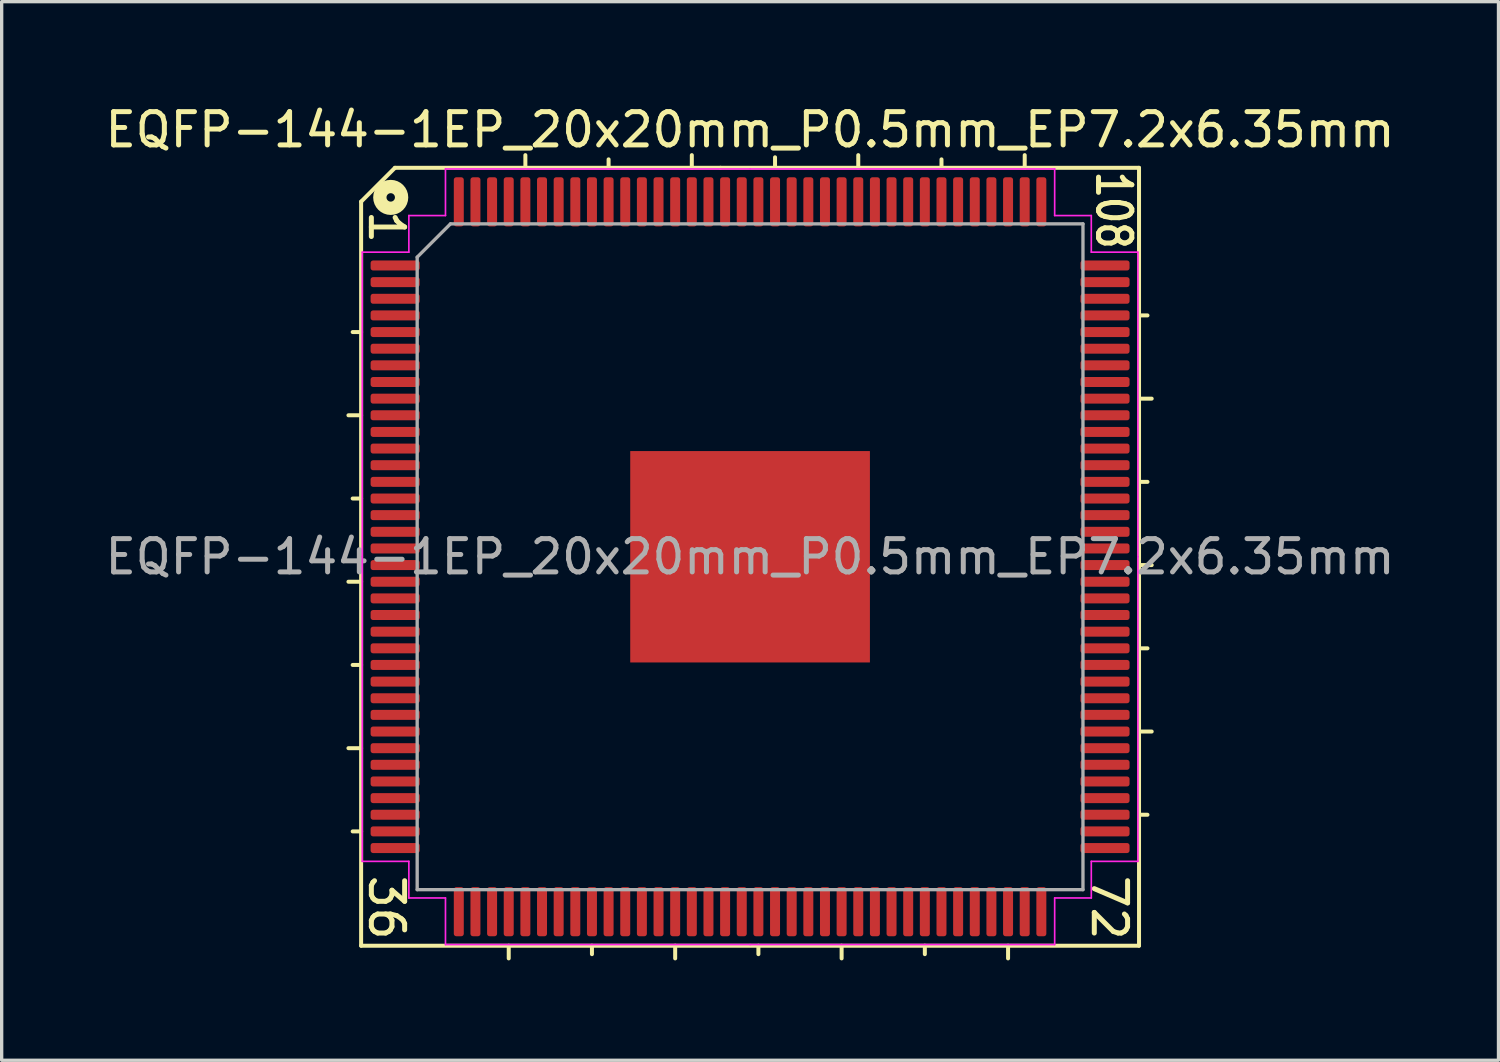
<source format=kicad_pcb>
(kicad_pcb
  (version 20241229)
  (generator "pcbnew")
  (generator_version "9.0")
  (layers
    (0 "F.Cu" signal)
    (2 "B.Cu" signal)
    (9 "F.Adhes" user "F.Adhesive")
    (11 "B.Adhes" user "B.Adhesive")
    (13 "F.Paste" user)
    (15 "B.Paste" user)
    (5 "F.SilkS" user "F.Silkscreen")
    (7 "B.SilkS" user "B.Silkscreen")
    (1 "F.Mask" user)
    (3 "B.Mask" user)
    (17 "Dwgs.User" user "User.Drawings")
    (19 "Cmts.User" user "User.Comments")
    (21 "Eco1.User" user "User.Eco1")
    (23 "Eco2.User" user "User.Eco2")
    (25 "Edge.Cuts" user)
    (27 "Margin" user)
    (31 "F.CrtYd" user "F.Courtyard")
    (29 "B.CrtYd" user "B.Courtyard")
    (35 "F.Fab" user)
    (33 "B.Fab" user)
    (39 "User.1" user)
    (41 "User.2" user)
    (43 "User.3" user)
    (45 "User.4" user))
  (footprint "EQFP-144-1EP_20x20mm_P0.5mm_EP7.2x6.35mm"
    (layer "F.Cu")
    (at 19.482 13.675)
    (property "Reference" "EQFP-144-1EP_20x20mm_P0.5mm_EP7.2x6.35mm" (at 0 -12.827 0) (layer "F.SilkS") (effects (font (size 1 1) (thickness 0.15))))
    (attr smd)
    (fp_line (start -11.684 -10.668) (end -11.684 11.684) (stroke (width 0.12) (type solid)) (layer "F.SilkS"))
    (fp_line (start -11.684 -6.75) (end -11.938 -6.75) (stroke (width 0.12) (type solid)) (layer "F.SilkS"))
    (fp_line (start -11.684 -4.25) (end -12.065 -4.25) (stroke (width 0.12) (type solid)) (layer "F.SilkS"))
    (fp_line (start -11.684 -1.75) (end -11.938 -1.75) (stroke (width 0.12) (type solid)) (layer "F.SilkS"))
    (fp_line (start -11.684 0.75) (end -12.065 0.75) (stroke (width 0.12) (type solid)) (layer "F.SilkS"))
    (fp_line (start -11.684 3.25) (end -11.938 3.25) (stroke (width 0.12) (type solid)) (layer "F.SilkS"))
    (fp_line (start -11.684 5.75) (end -12.065 5.75) (stroke (width 0.12) (type solid)) (layer "F.SilkS"))
    (fp_line (start -11.684 8.25) (end -11.938 8.25) (stroke (width 0.12) (type solid)) (layer "F.SilkS"))
    (fp_line (start -11.684 11.684) (end 11.684 11.684) (stroke (width 0.12) (type solid)) (layer "F.SilkS"))
    (fp_line (start -10.668 -11.684) (end -11.684 -10.668) (stroke (width 0.12) (type solid)) (layer "F.SilkS"))
    (fp_line (start -7.25 11.684) (end -7.25 12.065) (stroke (width 0.12) (type solid)) (layer "F.SilkS"))
    (fp_line (start -6.75 -11.684) (end -6.75 -12.065) (stroke (width 0.12) (type solid)) (layer "F.SilkS"))
    (fp_line (start -4.75 11.684) (end -4.75 11.938) (stroke (width 0.12) (type solid)) (layer "F.SilkS"))
    (fp_line (start -4.25 -11.684) (end -4.25 -11.938) (stroke (width 0.12) (type solid)) (layer "F.SilkS"))
    (fp_line (start -2.25 11.684) (end -2.25 12.065) (stroke (width 0.12) (type solid)) (layer "F.SilkS"))
    (fp_line (start -1.75 -11.684) (end -1.75 -12.065) (stroke (width 0.12) (type solid)) (layer "F.SilkS"))
    (fp_line (start -0.889 -11.684) (end -10.668 -11.684) (stroke (width 0.12) (type solid)) (layer "F.SilkS"))
    (fp_line (start 0.25 11.684) (end 0.25 11.938) (stroke (width 0.12) (type solid)) (layer "F.SilkS"))
    (fp_line (start 0.75 -11.75) (end 0.75 -12) (stroke (width 0.12) (type solid)) (layer "F.SilkS"))
    (fp_line (start 2.75 11.684) (end 2.75 12.065) (stroke (width 0.12) (type solid)) (layer "F.SilkS"))
    (fp_line (start 3.25 -11.684) (end 3.25 -12.065) (stroke (width 0.12) (type solid)) (layer "F.SilkS"))
    (fp_line (start 5.25 11.684) (end 5.25 11.938) (stroke (width 0.12) (type solid)) (layer "F.SilkS"))
    (fp_line (start 5.75 -11.684) (end 5.75 -11.938) (stroke (width 0.12) (type solid)) (layer "F.SilkS"))
    (fp_line (start 7.75 11.684) (end 7.75 12.065) (stroke (width 0.12) (type solid)) (layer "F.SilkS"))
    (fp_line (start 8.25 -11.684) (end 8.25 -12.065) (stroke (width 0.12) (type solid)) (layer "F.SilkS"))
    (fp_line (start 11.684 -11.684) (end -0.889 -11.684) (stroke (width 0.12) (type solid)) (layer "F.SilkS"))
    (fp_line (start 11.684 -7.25) (end 11.938 -7.25) (stroke (width 0.12) (type solid)) (layer "F.SilkS"))
    (fp_line (start 11.684 -4.75) (end 12.065 -4.75) (stroke (width 0.12) (type solid)) (layer "F.SilkS"))
    (fp_line (start 11.684 -2.25) (end 11.938 -2.25) (stroke (width 0.12) (type solid)) (layer "F.SilkS"))
    (fp_line (start 11.684 0.25) (end 12.065 0.25) (stroke (width 0.12) (type solid)) (layer "F.SilkS"))
    (fp_line (start 11.684 2.75) (end 11.938 2.75) (stroke (width 0.12) (type solid)) (layer "F.SilkS"))
    (fp_line (start 11.684 5.25) (end 12.065 5.25) (stroke (width 0.12) (type solid)) (layer "F.SilkS"))
    (fp_line (start 11.684 7.75) (end 11.938 7.75) (stroke (width 0.12) (type solid)) (layer "F.SilkS"))
    (fp_line (start 11.684 11.684) (end 11.684 -11.684) (stroke (width 0.12) (type solid)) (layer "F.SilkS"))
    (fp_circle (center -10.795 -10.795) (end -10.668 -10.795) (stroke (width 0.4) (type solid)) (fill no) (layer "F.SilkS"))
    (fp_line (start -11.65 -9.15) (end -11.65 0) (stroke (width 0.05) (type solid)) (layer "F.CrtYd"))
    (fp_line (start -11.65 9.15) (end -11.65 0) (stroke (width 0.05) (type solid)) (layer "F.CrtYd"))
    (fp_line (start -10.25 -10.25) (end -10.25 -9.15) (stroke (width 0.05) (type solid)) (layer "F.CrtYd"))
    (fp_line (start -10.25 -9.15) (end -11.65 -9.15) (stroke (width 0.05) (type solid)) (layer "F.CrtYd"))
    (fp_line (start -10.25 9.15) (end -11.65 9.15) (stroke (width 0.05) (type solid)) (layer "F.CrtYd"))
    (fp_line (start -10.25 10.25) (end -10.25 9.15) (stroke (width 0.05) (type solid)) (layer "F.CrtYd"))
    (fp_line (start -9.15 -11.65) (end -9.15 -10.25) (stroke (width 0.05) (type solid)) (layer "F.CrtYd"))
    (fp_line (start -9.15 -10.25) (end -10.25 -10.25) (stroke (width 0.05) (type solid)) (layer "F.CrtYd"))
    (fp_line (start -9.15 10.25) (end -10.25 10.25) (stroke (width 0.05) (type solid)) (layer "F.CrtYd"))
    (fp_line (start -9.15 11.65) (end -9.15 10.25) (stroke (width 0.05) (type solid)) (layer "F.CrtYd"))
    (fp_line (start 0 -11.65) (end -9.15 -11.65) (stroke (width 0.05) (type solid)) (layer "F.CrtYd"))
    (fp_line (start 0 -11.65) (end 9.15 -11.65) (stroke (width 0.05) (type solid)) (layer "F.CrtYd"))
    (fp_line (start 0 11.65) (end -9.15 11.65) (stroke (width 0.05) (type solid)) (layer "F.CrtYd"))
    (fp_line (start 0 11.65) (end 9.15 11.65) (stroke (width 0.05) (type solid)) (layer "F.CrtYd"))
    (fp_line (start 9.15 -11.65) (end 9.15 -10.25) (stroke (width 0.05) (type solid)) (layer "F.CrtYd"))
    (fp_line (start 9.15 -10.25) (end 10.25 -10.25) (stroke (width 0.05) (type solid)) (layer "F.CrtYd"))
    (fp_line (start 9.15 10.25) (end 10.25 10.25) (stroke (width 0.05) (type solid)) (layer "F.CrtYd"))
    (fp_line (start 9.15 11.65) (end 9.15 10.25) (stroke (width 0.05) (type solid)) (layer "F.CrtYd"))
    (fp_line (start 10.25 -10.25) (end 10.25 -9.15) (stroke (width 0.05) (type solid)) (layer "F.CrtYd"))
    (fp_line (start 10.25 -9.15) (end 11.65 -9.15) (stroke (width 0.05) (type solid)) (layer "F.CrtYd"))
    (fp_line (start 10.25 9.15) (end 11.65 9.15) (stroke (width 0.05) (type solid)) (layer "F.CrtYd"))
    (fp_line (start 10.25 10.25) (end 10.25 9.15) (stroke (width 0.05) (type solid)) (layer "F.CrtYd"))
    (fp_line (start 11.65 -9.15) (end 11.65 0) (stroke (width 0.05) (type solid)) (layer "F.CrtYd"))
    (fp_line (start 11.65 9.15) (end 11.65 0) (stroke (width 0.05) (type solid)) (layer "F.CrtYd"))
    (fp_line (start -10 -9) (end -9 -10) (stroke (width 0.1) (type solid)) (layer "F.Fab"))
    (fp_line (start -10 10) (end -10 -9) (stroke (width 0.1) (type solid)) (layer "F.Fab"))
    (fp_line (start -9 -10) (end 10 -10) (stroke (width 0.1) (type solid)) (layer "F.Fab"))
    (fp_line (start 10 -10) (end 10 10) (stroke (width 0.1) (type solid)) (layer "F.Fab"))
    (fp_line (start 10 10) (end -10 10) (stroke (width 0.1) (type solid)) (layer "F.Fab"))
    (fp_text user "36" (at -10.922 10.541 270) (unlocked yes) (layer "F.SilkS") (effects (font (size 1 1) (thickness 0.15))))
    (fp_text user "108" (at 10.922 -10.414 270) (unlocked yes) (layer "F.SilkS") (effects (font (size 1 0.8) (thickness 0.15))))
    (fp_text user "1" (at -10.922 -9.906 270) (unlocked yes) (layer "F.SilkS") (effects (font (size 1 1) (thickness 0.15))))
    (fp_text user "72" (at 10.795 10.541 270) (unlocked yes) (layer "F.SilkS") (effects (font (size 1 1) (thickness 0.15))))
    (fp_text user "${REFERENCE}" (at 0 0 0) (layer "F.Fab") (effects (font (size 1 1) (thickness 0.15))))
    (pad "" smd roundrect (at -3 -2.54) (size 0.97 1.02) (layers "F.Paste") (roundrect_rratio 0.25))
    (pad "" smd roundrect (at -3 -1.27) (size 0.97 1.02) (layers "F.Paste") (roundrect_rratio 0.25))
    (pad "" smd roundrect (at -3 0) (size 0.97 1.02) (layers "F.Paste") (roundrect_rratio 0.25))
    (pad "" smd roundrect (at -3 1.27) (size 0.97 1.02) (layers "F.Paste") (roundrect_rratio 0.25))
    (pad "" smd roundrect (at -3 2.54) (size 0.97 1.02) (layers "F.Paste") (roundrect_rratio 0.25))
    (pad "" smd roundrect (at -1.8 -2.54) (size 0.97 1.02) (layers "F.Paste") (roundrect_rratio 0.25))
    (pad "" smd roundrect (at -1.8 -1.27) (size 0.97 1.02) (layers "F.Paste") (roundrect_rratio 0.25))
    (pad "" smd roundrect (at -1.8 0) (size 0.97 1.02) (layers "F.Paste") (roundrect_rratio 0.25))
    (pad "" smd roundrect (at -1.8 1.27) (size 0.97 1.02) (layers "F.Paste") (roundrect_rratio 0.25))
    (pad "" smd roundrect (at -1.8 2.54) (size 0.97 1.02) (layers "F.Paste") (roundrect_rratio 0.25))
    (pad "" smd roundrect (at -0.6 -2.54) (size 0.97 1.02) (layers "F.Paste") (roundrect_rratio 0.25))
    (pad "" smd roundrect (at -0.6 -1.27) (size 0.97 1.02) (layers "F.Paste") (roundrect_rratio 0.25))
    (pad "" smd roundrect (at -0.6 0) (size 0.97 1.02) (layers "F.Paste") (roundrect_rratio 0.25))
    (pad "" smd roundrect (at -0.6 1.27) (size 0.97 1.02) (layers "F.Paste") (roundrect_rratio 0.25))
    (pad "" smd roundrect (at -0.6 2.54) (size 0.97 1.02) (layers "F.Paste") (roundrect_rratio 0.25))
    (pad "" smd roundrect (at 0.6 -2.54) (size 0.97 1.02) (layers "F.Paste") (roundrect_rratio 0.25))
    (pad "" smd roundrect (at 0.6 -1.27) (size 0.97 1.02) (layers "F.Paste") (roundrect_rratio 0.25))
    (pad "" smd roundrect (at 0.6 0) (size 0.97 1.02) (layers "F.Paste") (roundrect_rratio 0.25))
    (pad "" smd roundrect (at 0.6 1.27) (size 0.97 1.02) (layers "F.Paste") (roundrect_rratio 0.25))
    (pad "" smd roundrect (at 0.6 2.54) (size 0.97 1.02) (layers "F.Paste") (roundrect_rratio 0.25))
    (pad "" smd roundrect (at 1.8 -2.54) (size 0.97 1.02) (layers "F.Paste") (roundrect_rratio 0.25))
    (pad "" smd roundrect (at 1.8 -1.27) (size 0.97 1.02) (layers "F.Paste") (roundrect_rratio 0.25))
    (pad "" smd roundrect (at 1.8 0) (size 0.97 1.02) (layers "F.Paste") (roundrect_rratio 0.25))
    (pad "" smd roundrect (at 1.8 1.27) (size 0.97 1.02) (layers "F.Paste") (roundrect_rratio 0.25))
    (pad "" smd roundrect (at 1.8 2.54) (size 0.97 1.02) (layers "F.Paste") (roundrect_rratio 0.25))
    (pad "" smd roundrect (at 3 -2.54) (size 0.97 1.02) (layers "F.Paste") (roundrect_rratio 0.25))
    (pad "" smd roundrect (at 3 -1.27) (size 0.97 1.02) (layers "F.Paste") (roundrect_rratio 0.25))
    (pad "" smd roundrect (at 3 0) (size 0.97 1.02) (layers "F.Paste") (roundrect_rratio 0.25))
    (pad "" smd roundrect (at 3 1.27) (size 0.97 1.02) (layers "F.Paste") (roundrect_rratio 0.25))
    (pad "" smd roundrect (at 3 2.54) (size 0.97 1.02) (layers "F.Paste") (roundrect_rratio 0.25))
    (pad "1" smd roundrect (at -10.662 -8.75) (size 1.475 0.3) (layers "F.Cu" "F.Mask" "F.Paste") (roundrect_rratio 0.25))
    (pad "2" smd roundrect (at -10.662 -8.25) (size 1.475 0.3) (layers "F.Cu" "F.Mask" "F.Paste") (roundrect_rratio 0.25))
    (pad "3" smd roundrect (at -10.662 -7.75) (size 1.475 0.3) (layers "F.Cu" "F.Mask" "F.Paste") (roundrect_rratio 0.25))
    (pad "4" smd roundrect (at -10.662 -7.25) (size 1.475 0.3) (layers "F.Cu" "F.Mask" "F.Paste") (roundrect_rratio 0.25))
    (pad "5" smd roundrect (at -10.662 -6.75) (size 1.475 0.3) (layers "F.Cu" "F.Mask" "F.Paste") (roundrect_rratio 0.25))
    (pad "6" smd roundrect (at -10.662 -6.25) (size 1.475 0.3) (layers "F.Cu" "F.Mask" "F.Paste") (roundrect_rratio 0.25))
    (pad "7" smd roundrect (at -10.662 -5.75) (size 1.475 0.3) (layers "F.Cu" "F.Mask" "F.Paste") (roundrect_rratio 0.25))
    (pad "8" smd roundrect (at -10.662 -5.25) (size 1.475 0.3) (layers "F.Cu" "F.Mask" "F.Paste") (roundrect_rratio 0.25))
    (pad "9" smd roundrect (at -10.662 -4.75) (size 1.475 0.3) (layers "F.Cu" "F.Mask" "F.Paste") (roundrect_rratio 0.25))
    (pad "10" smd roundrect (at -10.662 -4.25) (size 1.475 0.3) (layers "F.Cu" "F.Mask" "F.Paste") (roundrect_rratio 0.25))
    (pad "11" smd roundrect (at -10.662 -3.75) (size 1.475 0.3) (layers "F.Cu" "F.Mask" "F.Paste") (roundrect_rratio 0.25))
    (pad "12" smd roundrect (at -10.662 -3.25) (size 1.475 0.3) (layers "F.Cu" "F.Mask" "F.Paste") (roundrect_rratio 0.25))
    (pad "13" smd roundrect (at -10.662 -2.75) (size 1.475 0.3) (layers "F.Cu" "F.Mask" "F.Paste") (roundrect_rratio 0.25))
    (pad "14" smd roundrect (at -10.662 -2.25) (size 1.475 0.3) (layers "F.Cu" "F.Mask" "F.Paste") (roundrect_rratio 0.25))
    (pad "15" smd roundrect (at -10.662 -1.75) (size 1.475 0.3) (layers "F.Cu" "F.Mask" "F.Paste") (roundrect_rratio 0.25))
    (pad "16" smd roundrect (at -10.662 -1.25) (size 1.475 0.3) (layers "F.Cu" "F.Mask" "F.Paste") (roundrect_rratio 0.25))
    (pad "17" smd roundrect (at -10.662 -0.75) (size 1.475 0.3) (layers "F.Cu" "F.Mask" "F.Paste") (roundrect_rratio 0.25))
    (pad "18" smd roundrect (at -10.662 -0.25) (size 1.475 0.3) (layers "F.Cu" "F.Mask" "F.Paste") (roundrect_rratio 0.25))
    (pad "19" smd roundrect (at -10.662 0.25) (size 1.475 0.3) (layers "F.Cu" "F.Mask" "F.Paste") (roundrect_rratio 0.25))
    (pad "20" smd roundrect (at -10.662 0.75) (size 1.475 0.3) (layers "F.Cu" "F.Mask" "F.Paste") (roundrect_rratio 0.25))
    (pad "21" smd roundrect (at -10.662 1.25) (size 1.475 0.3) (layers "F.Cu" "F.Mask" "F.Paste") (roundrect_rratio 0.25))
    (pad "22" smd roundrect (at -10.662 1.75) (size 1.475 0.3) (layers "F.Cu" "F.Mask" "F.Paste") (roundrect_rratio 0.25))
    (pad "23" smd roundrect (at -10.662 2.25) (size 1.475 0.3) (layers "F.Cu" "F.Mask" "F.Paste") (roundrect_rratio 0.25))
    (pad "24" smd roundrect (at -10.662 2.75) (size 1.475 0.3) (layers "F.Cu" "F.Mask" "F.Paste") (roundrect_rratio 0.25))
    (pad "25" smd roundrect (at -10.662 3.25) (size 1.475 0.3) (layers "F.Cu" "F.Mask" "F.Paste") (roundrect_rratio 0.25))
    (pad "26" smd roundrect (at -10.662 3.75) (size 1.475 0.3) (layers "F.Cu" "F.Mask" "F.Paste") (roundrect_rratio 0.25))
    (pad "27" smd roundrect (at -10.662 4.25) (size 1.475 0.3) (layers "F.Cu" "F.Mask" "F.Paste") (roundrect_rratio 0.25))
    (pad "28" smd roundrect (at -10.662 4.75) (size 1.475 0.3) (layers "F.Cu" "F.Mask" "F.Paste") (roundrect_rratio 0.25))
    (pad "29" smd roundrect (at -10.662 5.25) (size 1.475 0.3) (layers "F.Cu" "F.Mask" "F.Paste") (roundrect_rratio 0.25))
    (pad "30" smd roundrect (at -10.662 5.75) (size 1.475 0.3) (layers "F.Cu" "F.Mask" "F.Paste") (roundrect_rratio 0.25))
    (pad "31" smd roundrect (at -10.662 6.25) (size 1.475 0.3) (layers "F.Cu" "F.Mask" "F.Paste") (roundrect_rratio 0.25))
    (pad "32" smd roundrect (at -10.662 6.75) (size 1.475 0.3) (layers "F.Cu" "F.Mask" "F.Paste") (roundrect_rratio 0.25))
    (pad "33" smd roundrect (at -10.662 7.25) (size 1.475 0.3) (layers "F.Cu" "F.Mask" "F.Paste") (roundrect_rratio 0.25))
    (pad "34" smd roundrect (at -10.662 7.75) (size 1.475 0.3) (layers "F.Cu" "F.Mask" "F.Paste") (roundrect_rratio 0.25))
    (pad "35" smd roundrect (at -10.662 8.25) (size 1.475 0.3) (layers "F.Cu" "F.Mask" "F.Paste") (roundrect_rratio 0.25))
    (pad "36" smd roundrect (at -10.662 8.75) (size 1.475 0.3) (layers "F.Cu" "F.Mask" "F.Paste") (roundrect_rratio 0.25))
    (pad "37" smd roundrect (at -8.75 10.662) (size 0.3 1.475) (layers "F.Cu" "F.Mask" "F.Paste") (roundrect_rratio 0.25))
    (pad "38" smd roundrect (at -8.25 10.662) (size 0.3 1.475) (layers "F.Cu" "F.Mask" "F.Paste") (roundrect_rratio 0.25))
    (pad "39" smd roundrect (at -7.75 10.662) (size 0.3 1.475) (layers "F.Cu" "F.Mask" "F.Paste") (roundrect_rratio 0.25))
    (pad "40" smd roundrect (at -7.25 10.662) (size 0.3 1.475) (layers "F.Cu" "F.Mask" "F.Paste") (roundrect_rratio 0.25))
    (pad "41" smd roundrect (at -6.75 10.662) (size 0.3 1.475) (layers "F.Cu" "F.Mask" "F.Paste") (roundrect_rratio 0.25))
    (pad "42" smd roundrect (at -6.25 10.662) (size 0.3 1.475) (layers "F.Cu" "F.Mask" "F.Paste") (roundrect_rratio 0.25))
    (pad "43" smd roundrect (at -5.75 10.662) (size 0.3 1.475) (layers "F.Cu" "F.Mask" "F.Paste") (roundrect_rratio 0.25))
    (pad "44" smd roundrect (at -5.25 10.662) (size 0.3 1.475) (layers "F.Cu" "F.Mask" "F.Paste") (roundrect_rratio 0.25))
    (pad "45" smd roundrect (at -4.75 10.662) (size 0.3 1.475) (layers "F.Cu" "F.Mask" "F.Paste") (roundrect_rratio 0.25))
    (pad "46" smd roundrect (at -4.25 10.662) (size 0.3 1.475) (layers "F.Cu" "F.Mask" "F.Paste") (roundrect_rratio 0.25))
    (pad "47" smd roundrect (at -3.75 10.662) (size 0.3 1.475) (layers "F.Cu" "F.Mask" "F.Paste") (roundrect_rratio 0.25))
    (pad "48" smd roundrect (at -3.25 10.662) (size 0.3 1.475) (layers "F.Cu" "F.Mask" "F.Paste") (roundrect_rratio 0.25))
    (pad "49" smd roundrect (at -2.75 10.662) (size 0.3 1.475) (layers "F.Cu" "F.Mask" "F.Paste") (roundrect_rratio 0.25))
    (pad "50" smd roundrect (at -2.25 10.662) (size 0.3 1.475) (layers "F.Cu" "F.Mask" "F.Paste") (roundrect_rratio 0.25))
    (pad "51" smd roundrect (at -1.75 10.662) (size 0.3 1.475) (layers "F.Cu" "F.Mask" "F.Paste") (roundrect_rratio 0.25))
    (pad "52" smd roundrect (at -1.25 10.662) (size 0.3 1.475) (layers "F.Cu" "F.Mask" "F.Paste") (roundrect_rratio 0.25))
    (pad "53" smd roundrect (at -0.75 10.662) (size 0.3 1.475) (layers "F.Cu" "F.Mask" "F.Paste") (roundrect_rratio 0.25))
    (pad "54" smd roundrect (at -0.25 10.662) (size 0.3 1.475) (layers "F.Cu" "F.Mask" "F.Paste") (roundrect_rratio 0.25))
    (pad "55" smd roundrect (at 0.25 10.662) (size 0.3 1.475) (layers "F.Cu" "F.Mask" "F.Paste") (roundrect_rratio 0.25))
    (pad "56" smd roundrect (at 0.75 10.662) (size 0.3 1.475) (layers "F.Cu" "F.Mask" "F.Paste") (roundrect_rratio 0.25))
    (pad "57" smd roundrect (at 1.25 10.662) (size 0.3 1.475) (layers "F.Cu" "F.Mask" "F.Paste") (roundrect_rratio 0.25))
    (pad "58" smd roundrect (at 1.75 10.662) (size 0.3 1.475) (layers "F.Cu" "F.Mask" "F.Paste") (roundrect_rratio 0.25))
    (pad "59" smd roundrect (at 2.25 10.662) (size 0.3 1.475) (layers "F.Cu" "F.Mask" "F.Paste") (roundrect_rratio 0.25))
    (pad "60" smd roundrect (at 2.75 10.662) (size 0.3 1.475) (layers "F.Cu" "F.Mask" "F.Paste") (roundrect_rratio 0.25))
    (pad "61" smd roundrect (at 3.25 10.662) (size 0.3 1.475) (layers "F.Cu" "F.Mask" "F.Paste") (roundrect_rratio 0.25))
    (pad "62" smd roundrect (at 3.75 10.662) (size 0.3 1.475) (layers "F.Cu" "F.Mask" "F.Paste") (roundrect_rratio 0.25))
    (pad "63" smd roundrect (at 4.25 10.662) (size 0.3 1.475) (layers "F.Cu" "F.Mask" "F.Paste") (roundrect_rratio 0.25))
    (pad "64" smd roundrect (at 4.75 10.662) (size 0.3 1.475) (layers "F.Cu" "F.Mask" "F.Paste") (roundrect_rratio 0.25))
    (pad "65" smd roundrect (at 5.25 10.662) (size 0.3 1.475) (layers "F.Cu" "F.Mask" "F.Paste") (roundrect_rratio 0.25))
    (pad "66" smd roundrect (at 5.75 10.662) (size 0.3 1.475) (layers "F.Cu" "F.Mask" "F.Paste") (roundrect_rratio 0.25))
    (pad "67" smd roundrect (at 6.25 10.662) (size 0.3 1.475) (layers "F.Cu" "F.Mask" "F.Paste") (roundrect_rratio 0.25))
    (pad "68" smd roundrect (at 6.75 10.662) (size 0.3 1.475) (layers "F.Cu" "F.Mask" "F.Paste") (roundrect_rratio 0.25))
    (pad "69" smd roundrect (at 7.25 10.662) (size 0.3 1.475) (layers "F.Cu" "F.Mask" "F.Paste") (roundrect_rratio 0.25))
    (pad "70" smd roundrect (at 7.75 10.662) (size 0.3 1.475) (layers "F.Cu" "F.Mask" "F.Paste") (roundrect_rratio 0.25))
    (pad "71" smd roundrect (at 8.25 10.662) (size 0.3 1.475) (layers "F.Cu" "F.Mask" "F.Paste") (roundrect_rratio 0.25))
    (pad "72" smd roundrect (at 8.75 10.662) (size 0.3 1.475) (layers "F.Cu" "F.Mask" "F.Paste") (roundrect_rratio 0.25))
    (pad "73" smd roundrect (at 10.662 8.75) (size 1.475 0.3) (layers "F.Cu" "F.Mask" "F.Paste") (roundrect_rratio 0.25))
    (pad "74" smd roundrect (at 10.662 8.25) (size 1.475 0.3) (layers "F.Cu" "F.Mask" "F.Paste") (roundrect_rratio 0.25))
    (pad "75" smd roundrect (at 10.662 7.75) (size 1.475 0.3) (layers "F.Cu" "F.Mask" "F.Paste") (roundrect_rratio 0.25))
    (pad "76" smd roundrect (at 10.662 7.25) (size 1.475 0.3) (layers "F.Cu" "F.Mask" "F.Paste") (roundrect_rratio 0.25))
    (pad "77" smd roundrect (at 10.662 6.75) (size 1.475 0.3) (layers "F.Cu" "F.Mask" "F.Paste") (roundrect_rratio 0.25))
    (pad "78" smd roundrect (at 10.662 6.25) (size 1.475 0.3) (layers "F.Cu" "F.Mask" "F.Paste") (roundrect_rratio 0.25))
    (pad "79" smd roundrect (at 10.662 5.75) (size 1.475 0.3) (layers "F.Cu" "F.Mask" "F.Paste") (roundrect_rratio 0.25))
    (pad "80" smd roundrect (at 10.662 5.25) (size 1.475 0.3) (layers "F.Cu" "F.Mask" "F.Paste") (roundrect_rratio 0.25))
    (pad "81" smd roundrect (at 10.662 4.75) (size 1.475 0.3) (layers "F.Cu" "F.Mask" "F.Paste") (roundrect_rratio 0.25))
    (pad "82" smd roundrect (at 10.662 4.25) (size 1.475 0.3) (layers "F.Cu" "F.Mask" "F.Paste") (roundrect_rratio 0.25))
    (pad "83" smd roundrect (at 10.662 3.75) (size 1.475 0.3) (layers "F.Cu" "F.Mask" "F.Paste") (roundrect_rratio 0.25))
    (pad "84" smd roundrect (at 10.662 3.25) (size 1.475 0.3) (layers "F.Cu" "F.Mask" "F.Paste") (roundrect_rratio 0.25))
    (pad "85" smd roundrect (at 10.662 2.75) (size 1.475 0.3) (layers "F.Cu" "F.Mask" "F.Paste") (roundrect_rratio 0.25))
    (pad "86" smd roundrect (at 10.662 2.25) (size 1.475 0.3) (layers "F.Cu" "F.Mask" "F.Paste") (roundrect_rratio 0.25))
    (pad "87" smd roundrect (at 10.662 1.75) (size 1.475 0.3) (layers "F.Cu" "F.Mask" "F.Paste") (roundrect_rratio 0.25))
    (pad "88" smd roundrect (at 10.662 1.25) (size 1.475 0.3) (layers "F.Cu" "F.Mask" "F.Paste") (roundrect_rratio 0.25))
    (pad "89" smd roundrect (at 10.662 0.75) (size 1.475 0.3) (layers "F.Cu" "F.Mask" "F.Paste") (roundrect_rratio 0.25))
    (pad "90" smd roundrect (at 10.662 0.25) (size 1.475 0.3) (layers "F.Cu" "F.Mask" "F.Paste") (roundrect_rratio 0.25))
    (pad "91" smd roundrect (at 10.662 -0.25) (size 1.475 0.3) (layers "F.Cu" "F.Mask" "F.Paste") (roundrect_rratio 0.25))
    (pad "92" smd roundrect (at 10.662 -0.75) (size 1.475 0.3) (layers "F.Cu" "F.Mask" "F.Paste") (roundrect_rratio 0.25))
    (pad "93" smd roundrect (at 10.662 -1.25) (size 1.475 0.3) (layers "F.Cu" "F.Mask" "F.Paste") (roundrect_rratio 0.25))
    (pad "94" smd roundrect (at 10.662 -1.75) (size 1.475 0.3) (layers "F.Cu" "F.Mask" "F.Paste") (roundrect_rratio 0.25))
    (pad "95" smd roundrect (at 10.662 -2.25) (size 1.475 0.3) (layers "F.Cu" "F.Mask" "F.Paste") (roundrect_rratio 0.25))
    (pad "96" smd roundrect (at 10.662 -2.75) (size 1.475 0.3) (layers "F.Cu" "F.Mask" "F.Paste") (roundrect_rratio 0.25))
    (pad "97" smd roundrect (at 10.662 -3.25) (size 1.475 0.3) (layers "F.Cu" "F.Mask" "F.Paste") (roundrect_rratio 0.25))
    (pad "98" smd roundrect (at 10.662 -3.75) (size 1.475 0.3) (layers "F.Cu" "F.Mask" "F.Paste") (roundrect_rratio 0.25))
    (pad "99" smd roundrect (at 10.662 -4.25) (size 1.475 0.3) (layers "F.Cu" "F.Mask" "F.Paste") (roundrect_rratio 0.25))
    (pad "100" smd roundrect (at 10.662 -4.75) (size 1.475 0.3) (layers "F.Cu" "F.Mask" "F.Paste") (roundrect_rratio 0.25))
    (pad "101" smd roundrect (at 10.662 -5.25) (size 1.475 0.3) (layers "F.Cu" "F.Mask" "F.Paste") (roundrect_rratio 0.25))
    (pad "102" smd roundrect (at 10.662 -5.75) (size 1.475 0.3) (layers "F.Cu" "F.Mask" "F.Paste") (roundrect_rratio 0.25))
    (pad "103" smd roundrect (at 10.662 -6.25) (size 1.475 0.3) (layers "F.Cu" "F.Mask" "F.Paste") (roundrect_rratio 0.25))
    (pad "104" smd roundrect (at 10.662 -6.75) (size 1.475 0.3) (layers "F.Cu" "F.Mask" "F.Paste") (roundrect_rratio 0.25))
    (pad "105" smd roundrect (at 10.662 -7.25) (size 1.475 0.3) (layers "F.Cu" "F.Mask" "F.Paste") (roundrect_rratio 0.25))
    (pad "106" smd roundrect (at 10.662 -7.75) (size 1.475 0.3) (layers "F.Cu" "F.Mask" "F.Paste") (roundrect_rratio 0.25))
    (pad "107" smd roundrect (at 10.662 -8.25) (size 1.475 0.3) (layers "F.Cu" "F.Mask" "F.Paste") (roundrect_rratio 0.25))
    (pad "108" smd roundrect (at 10.662 -8.75) (size 1.475 0.3) (layers "F.Cu" "F.Mask" "F.Paste") (roundrect_rratio 0.25))
    (pad "109" smd roundrect (at 8.75 -10.662) (size 0.3 1.475) (layers "F.Cu" "F.Mask" "F.Paste") (roundrect_rratio 0.25))
    (pad "110" smd roundrect (at 8.25 -10.662) (size 0.3 1.475) (layers "F.Cu" "F.Mask" "F.Paste") (roundrect_rratio 0.25))
    (pad "111" smd roundrect (at 7.75 -10.662) (size 0.3 1.475) (layers "F.Cu" "F.Mask" "F.Paste") (roundrect_rratio 0.25))
    (pad "112" smd roundrect (at 7.25 -10.662) (size 0.3 1.475) (layers "F.Cu" "F.Mask" "F.Paste") (roundrect_rratio 0.25))
    (pad "113" smd roundrect (at 6.75 -10.662) (size 0.3 1.475) (layers "F.Cu" "F.Mask" "F.Paste") (roundrect_rratio 0.25))
    (pad "114" smd roundrect (at 6.25 -10.662) (size 0.3 1.475) (layers "F.Cu" "F.Mask" "F.Paste") (roundrect_rratio 0.25))
    (pad "115" smd roundrect (at 5.75 -10.662) (size 0.3 1.475) (layers "F.Cu" "F.Mask" "F.Paste") (roundrect_rratio 0.25))
    (pad "116" smd roundrect (at 5.25 -10.662) (size 0.3 1.475) (layers "F.Cu" "F.Mask" "F.Paste") (roundrect_rratio 0.25))
    (pad "117" smd roundrect (at 4.75 -10.662) (size 0.3 1.475) (layers "F.Cu" "F.Mask" "F.Paste") (roundrect_rratio 0.25))
    (pad "118" smd roundrect (at 4.25 -10.662) (size 0.3 1.475) (layers "F.Cu" "F.Mask" "F.Paste") (roundrect_rratio 0.25))
    (pad "119" smd roundrect (at 3.75 -10.662) (size 0.3 1.475) (layers "F.Cu" "F.Mask" "F.Paste") (roundrect_rratio 0.25))
    (pad "120" smd roundrect (at 3.25 -10.662) (size 0.3 1.475) (layers "F.Cu" "F.Mask" "F.Paste") (roundrect_rratio 0.25))
    (pad "121" smd roundrect (at 2.75 -10.662) (size 0.3 1.475) (layers "F.Cu" "F.Mask" "F.Paste") (roundrect_rratio 0.25))
    (pad "122" smd roundrect (at 2.25 -10.662) (size 0.3 1.475) (layers "F.Cu" "F.Mask" "F.Paste") (roundrect_rratio 0.25))
    (pad "123" smd roundrect (at 1.75 -10.662) (size 0.3 1.475) (layers "F.Cu" "F.Mask" "F.Paste") (roundrect_rratio 0.25))
    (pad "124" smd roundrect (at 1.25 -10.662) (size 0.3 1.475) (layers "F.Cu" "F.Mask" "F.Paste") (roundrect_rratio 0.25))
    (pad "125" smd roundrect (at 0.75 -10.662) (size 0.3 1.475) (layers "F.Cu" "F.Mask" "F.Paste") (roundrect_rratio 0.25))
    (pad "126" smd roundrect (at 0.25 -10.662) (size 0.3 1.475) (layers "F.Cu" "F.Mask" "F.Paste") (roundrect_rratio 0.25))
    (pad "127" smd roundrect (at -0.25 -10.662) (size 0.3 1.475) (layers "F.Cu" "F.Mask" "F.Paste") (roundrect_rratio 0.25))
    (pad "128" smd roundrect (at -0.75 -10.662) (size 0.3 1.475) (layers "F.Cu" "F.Mask" "F.Paste") (roundrect_rratio 0.25))
    (pad "129" smd roundrect (at -1.25 -10.662) (size 0.3 1.475) (layers "F.Cu" "F.Mask" "F.Paste") (roundrect_rratio 0.25))
    (pad "130" smd roundrect (at -1.75 -10.662) (size 0.3 1.475) (layers "F.Cu" "F.Mask" "F.Paste") (roundrect_rratio 0.25))
    (pad "131" smd roundrect (at -2.25 -10.662) (size 0.3 1.475) (layers "F.Cu" "F.Mask" "F.Paste") (roundrect_rratio 0.25))
    (pad "132" smd roundrect (at -2.75 -10.662) (size 0.3 1.475) (layers "F.Cu" "F.Mask" "F.Paste") (roundrect_rratio 0.25))
    (pad "133" smd roundrect (at -3.25 -10.662) (size 0.3 1.475) (layers "F.Cu" "F.Mask" "F.Paste") (roundrect_rratio 0.25))
    (pad "134" smd roundrect (at -3.75 -10.662) (size 0.3 1.475) (layers "F.Cu" "F.Mask" "F.Paste") (roundrect_rratio 0.25))
    (pad "135" smd roundrect (at -4.25 -10.662) (size 0.3 1.475) (layers "F.Cu" "F.Mask" "F.Paste") (roundrect_rratio 0.25))
    (pad "136" smd roundrect (at -4.75 -10.662) (size 0.3 1.475) (layers "F.Cu" "F.Mask" "F.Paste") (roundrect_rratio 0.25))
    (pad "137" smd roundrect (at -5.25 -10.662) (size 0.3 1.475) (layers "F.Cu" "F.Mask" "F.Paste") (roundrect_rratio 0.25))
    (pad "138" smd roundrect (at -5.75 -10.662) (size 0.3 1.475) (layers "F.Cu" "F.Mask" "F.Paste") (roundrect_rratio 0.25))
    (pad "139" smd roundrect (at -6.25 -10.662) (size 0.3 1.475) (layers "F.Cu" "F.Mask" "F.Paste") (roundrect_rratio 0.25))
    (pad "140" smd roundrect (at -6.75 -10.662) (size 0.3 1.475) (layers "F.Cu" "F.Mask" "F.Paste") (roundrect_rratio 0.25))
    (pad "141" smd roundrect (at -7.25 -10.662) (size 0.3 1.475) (layers "F.Cu" "F.Mask" "F.Paste") (roundrect_rratio 0.25))
    (pad "142" smd roundrect (at -7.75 -10.662) (size 0.3 1.475) (layers "F.Cu" "F.Mask" "F.Paste") (roundrect_rratio 0.25))
    (pad "143" smd roundrect (at -8.25 -10.662) (size 0.3 1.475) (layers "F.Cu" "F.Mask" "F.Paste") (roundrect_rratio 0.25))
    (pad "144" smd roundrect (at -8.75 -10.662) (size 0.3 1.475) (layers "F.Cu" "F.Mask" "F.Paste") (roundrect_rratio 0.25))
    (pad "145" smd rect (at 0 0) (size 7.2 6.35) (layers "F.Cu" "F.Mask")))
  (gr_rect
    (start -3 -3)
    (end 41.964 28.8)
    (stroke (width 0.1) (type default))
    (fill no)
    (layer "Edge.Cuts")))
</source>
